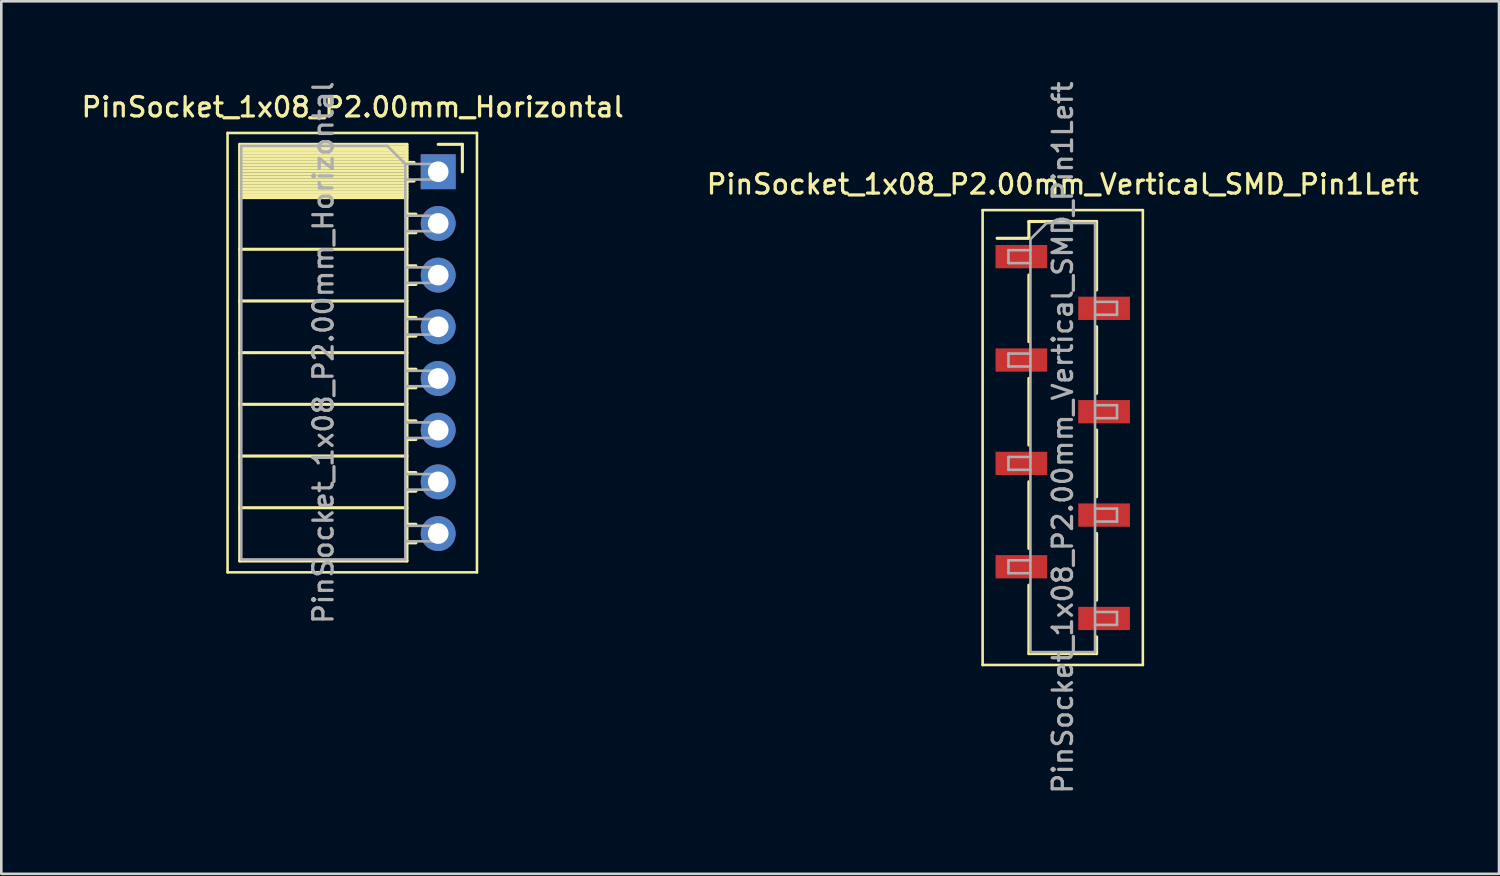
<source format=kicad_pcb>
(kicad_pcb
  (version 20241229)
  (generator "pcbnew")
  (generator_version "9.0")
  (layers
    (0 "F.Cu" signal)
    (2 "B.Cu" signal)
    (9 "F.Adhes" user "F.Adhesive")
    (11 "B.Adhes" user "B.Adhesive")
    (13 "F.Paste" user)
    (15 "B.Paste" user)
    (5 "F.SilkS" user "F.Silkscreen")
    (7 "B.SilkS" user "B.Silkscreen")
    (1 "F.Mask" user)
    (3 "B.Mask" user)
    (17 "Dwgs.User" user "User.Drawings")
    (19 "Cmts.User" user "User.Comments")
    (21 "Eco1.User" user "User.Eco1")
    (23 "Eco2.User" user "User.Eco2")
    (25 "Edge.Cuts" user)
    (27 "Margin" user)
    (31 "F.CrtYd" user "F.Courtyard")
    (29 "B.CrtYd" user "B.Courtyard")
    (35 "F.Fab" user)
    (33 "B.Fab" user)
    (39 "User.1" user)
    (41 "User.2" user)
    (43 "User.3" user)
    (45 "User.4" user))
  (footprint "PinSocket_1x08_P2.00mm_Vertical_SMD_Pin1Left"
    (layer "F.Cu")
    (at 38.07 13.88)
    (property "Reference" "PinSocket_1x08_P2.00mm_Vertical_SMD_Pin1Left" (at 0 -9.8 0) (layer "F.SilkS") (effects (font (size 0.75 0.75) (thickness 0.125))))
    (attr smd)
    (fp_line (start -3.1 -8.8) (end 3.1 -8.8) (stroke (width 0.1) (type solid)) (layer "F.SilkS"))
    (fp_line (start -3.1 8.8) (end -3.1 -8.8) (stroke (width 0.1) (type solid)) (layer "F.SilkS"))
    (fp_line (start -2.54 -7.71) (end -1.31 -7.71) (stroke (width 0.12) (type solid)) (layer "F.SilkS"))
    (fp_line (start -1.31 -8.36) (end -1.31 -7.71) (stroke (width 0.12) (type solid)) (layer "F.SilkS"))
    (fp_line (start -1.31 -8.36) (end 1.31 -8.36) (stroke (width 0.12) (type solid)) (layer "F.SilkS"))
    (fp_line (start -1.31 -6.29) (end -1.31 -3.71) (stroke (width 0.12) (type solid)) (layer "F.SilkS"))
    (fp_line (start -1.31 -2.29) (end -1.31 0.29) (stroke (width 0.12) (type solid)) (layer "F.SilkS"))
    (fp_line (start -1.31 1.71) (end -1.31 4.29) (stroke (width 0.12) (type solid)) (layer "F.SilkS"))
    (fp_line (start -1.31 5.71) (end -1.31 8.36) (stroke (width 0.12) (type solid)) (layer "F.SilkS"))
    (fp_line (start -1.31 8.36) (end 1.31 8.36) (stroke (width 0.12) (type solid)) (layer "F.SilkS"))
    (fp_line (start 1.31 -8.36) (end 1.31 -5.71) (stroke (width 0.12) (type solid)) (layer "F.SilkS"))
    (fp_line (start 1.31 -4.29) (end 1.31 -1.71) (stroke (width 0.12) (type solid)) (layer "F.SilkS"))
    (fp_line (start 1.31 -0.29) (end 1.31 2.29) (stroke (width 0.12) (type solid)) (layer "F.SilkS"))
    (fp_line (start 1.31 3.71) (end 1.31 6.29) (stroke (width 0.12) (type solid)) (layer "F.SilkS"))
    (fp_line (start 1.31 7.71) (end 1.31 8.36) (stroke (width 0.12) (type solid)) (layer "F.SilkS"))
    (fp_line (start 3.1 -8.8) (end 3.1 8.8) (stroke (width 0.1) (type solid)) (layer "F.SilkS"))
    (fp_line (start 3.1 8.8) (end -3.1 8.8) (stroke (width 0.1) (type solid)) (layer "F.SilkS"))
    (fp_line (start -2.1 -7.25) (end -1.25 -7.25) (stroke (width 0.1) (type solid)) (layer "F.Fab"))
    (fp_line (start -2.1 -6.75) (end -2.1 -7.25) (stroke (width 0.1) (type solid)) (layer "F.Fab"))
    (fp_line (start -2.1 -3.25) (end -1.25 -3.25) (stroke (width 0.1) (type solid)) (layer "F.Fab"))
    (fp_line (start -2.1 -2.75) (end -2.1 -3.25) (stroke (width 0.1) (type solid)) (layer "F.Fab"))
    (fp_line (start -2.1 0.75) (end -1.25 0.75) (stroke (width 0.1) (type solid)) (layer "F.Fab"))
    (fp_line (start -2.1 1.25) (end -2.1 0.75) (stroke (width 0.1) (type solid)) (layer "F.Fab"))
    (fp_line (start -2.1 4.75) (end -1.25 4.75) (stroke (width 0.1) (type solid)) (layer "F.Fab"))
    (fp_line (start -2.1 5.25) (end -2.1 4.75) (stroke (width 0.1) (type solid)) (layer "F.Fab"))
    (fp_line (start -1.25 -7.675) (end -0.625 -8.3) (stroke (width 0.1) (type solid)) (layer "F.Fab"))
    (fp_line (start -1.25 -6.75) (end -2.1 -6.75) (stroke (width 0.1) (type solid)) (layer "F.Fab"))
    (fp_line (start -1.25 -2.75) (end -2.1 -2.75) (stroke (width 0.1) (type solid)) (layer "F.Fab"))
    (fp_line (start -1.25 1.25) (end -2.1 1.25) (stroke (width 0.1) (type solid)) (layer "F.Fab"))
    (fp_line (start -1.25 5.25) (end -2.1 5.25) (stroke (width 0.1) (type solid)) (layer "F.Fab"))
    (fp_line (start -1.25 8.3) (end -1.25 -7.675) (stroke (width 0.1) (type solid)) (layer "F.Fab"))
    (fp_line (start -0.625 -8.3) (end 1.25 -8.3) (stroke (width 0.1) (type solid)) (layer "F.Fab"))
    (fp_line (start 1.25 -8.3) (end 1.25 8.3) (stroke (width 0.1) (type solid)) (layer "F.Fab"))
    (fp_line (start 1.25 -5.25) (end 2.1 -5.25) (stroke (width 0.1) (type solid)) (layer "F.Fab"))
    (fp_line (start 1.25 -1.25) (end 2.1 -1.25) (stroke (width 0.1) (type solid)) (layer "F.Fab"))
    (fp_line (start 1.25 2.75) (end 2.1 2.75) (stroke (width 0.1) (type solid)) (layer "F.Fab"))
    (fp_line (start 1.25 6.75) (end 2.1 6.75) (stroke (width 0.1) (type solid)) (layer "F.Fab"))
    (fp_line (start 1.25 8.3) (end -1.25 8.3) (stroke (width 0.1) (type solid)) (layer "F.Fab"))
    (fp_line (start 2.1 -5.25) (end 2.1 -4.75) (stroke (width 0.1) (type solid)) (layer "F.Fab"))
    (fp_line (start 2.1 -4.75) (end 1.25 -4.75) (stroke (width 0.1) (type solid)) (layer "F.Fab"))
    (fp_line (start 2.1 -1.25) (end 2.1 -0.75) (stroke (width 0.1) (type solid)) (layer "F.Fab"))
    (fp_line (start 2.1 -0.75) (end 1.25 -0.75) (stroke (width 0.1) (type solid)) (layer "F.Fab"))
    (fp_line (start 2.1 2.75) (end 2.1 3.25) (stroke (width 0.1) (type solid)) (layer "F.Fab"))
    (fp_line (start 2.1 3.25) (end 1.25 3.25) (stroke (width 0.1) (type solid)) (layer "F.Fab"))
    (fp_line (start 2.1 6.75) (end 2.1 7.25) (stroke (width 0.1) (type solid)) (layer "F.Fab"))
    (fp_line (start 2.1 7.25) (end 1.25 7.25) (stroke (width 0.1) (type solid)) (layer "F.Fab"))
    (fp_text user "${REFERENCE}" (at 0 0 90) (layer "F.Fab") (effects (font (size 0.75 0.75) (thickness 0.125))))
    (pad "1" smd rect (at -1.6 -7) (size 2 0.9) (layers "F.Cu" "F.Mask" "F.Paste"))
    (pad "2" smd rect (at 1.6 -5) (size 2 0.9) (layers "F.Cu" "F.Mask" "F.Paste"))
    (pad "3" smd rect (at -1.6 -3) (size 2 0.9) (layers "F.Cu" "F.Mask" "F.Paste"))
    (pad "4" smd rect (at 1.6 -1) (size 2 0.9) (layers "F.Cu" "F.Mask" "F.Paste"))
    (pad "5" smd rect (at -1.6 1) (size 2 0.9) (layers "F.Cu" "F.Mask" "F.Paste"))
    (pad "6" smd rect (at 1.6 3) (size 2 0.9) (layers "F.Cu" "F.Mask" "F.Paste"))
    (pad "7" smd rect (at -1.6 5) (size 2 0.9) (layers "F.Cu" "F.Mask" "F.Paste"))
    (pad "8" smd rect (at 1.6 7) (size 2 0.9) (layers "F.Cu" "F.Mask" "F.Paste")))
  (footprint "PinSocket_1x08_P2.00mm_Horizontal"
    (layer "F.Cu")
    (at 13.905 3.595)
    (property "Reference" "PinSocket_1x08_P2.00mm_Horizontal" (at -3.31 -2.5 0) (layer "F.SilkS") (effects (font (size 0.75 0.75) (thickness 0.125))))
    (attr through_hole)
    (fp_line (start -8.15 -1.5) (end -8.15 15.5) (stroke (width 0.1) (type solid)) (layer "F.SilkS"))
    (fp_line (start -8.15 15.5) (end 1.5 15.5) (stroke (width 0.1) (type solid)) (layer "F.SilkS"))
    (fp_line (start -7.68 -1.06) (end -7.68 15.06) (stroke (width 0.12) (type solid)) (layer "F.SilkS"))
    (fp_line (start -7.68 -1.06) (end -1.21 -1.06) (stroke (width 0.12) (type solid)) (layer "F.SilkS"))
    (fp_line (start -7.68 -0.94) (end -1.21 -0.94) (stroke (width 0.12) (type solid)) (layer "F.SilkS"))
    (fp_line (start -7.68 -0.826) (end -1.21 -0.826) (stroke (width 0.12) (type solid)) (layer "F.SilkS"))
    (fp_line (start -7.68 -0.712) (end -1.21 -0.712) (stroke (width 0.12) (type solid)) (layer "F.SilkS"))
    (fp_line (start -7.68 -0.598) (end -1.21 -0.598) (stroke (width 0.12) (type solid)) (layer "F.SilkS"))
    (fp_line (start -7.68 -0.484) (end -1.21 -0.484) (stroke (width 0.12) (type solid)) (layer "F.SilkS"))
    (fp_line (start -7.68 -0.369) (end -1.21 -0.369) (stroke (width 0.12) (type solid)) (layer "F.SilkS"))
    (fp_line (start -7.68 -0.255) (end -1.21 -0.255) (stroke (width 0.12) (type solid)) (layer "F.SilkS"))
    (fp_line (start -7.68 -0.141) (end -1.21 -0.141) (stroke (width 0.12) (type solid)) (layer "F.SilkS"))
    (fp_line (start -7.68 -0.027) (end -1.21 -0.027) (stroke (width 0.12) (type solid)) (layer "F.SilkS"))
    (fp_line (start -7.68 0.087) (end -1.21 0.087) (stroke (width 0.12) (type solid)) (layer "F.SilkS"))
    (fp_line (start -7.68 0.201) (end -1.21 0.201) (stroke (width 0.12) (type solid)) (layer "F.SilkS"))
    (fp_line (start -7.68 0.315) (end -1.21 0.315) (stroke (width 0.12) (type solid)) (layer "F.SilkS"))
    (fp_line (start -7.68 0.429) (end -1.21 0.429) (stroke (width 0.12) (type solid)) (layer "F.SilkS"))
    (fp_line (start -7.68 0.544) (end -1.21 0.544) (stroke (width 0.12) (type solid)) (layer "F.SilkS"))
    (fp_line (start -7.68 0.658) (end -1.21 0.658) (stroke (width 0.12) (type solid)) (layer "F.SilkS"))
    (fp_line (start -7.68 0.772) (end -1.21 0.772) (stroke (width 0.12) (type solid)) (layer "F.SilkS"))
    (fp_line (start -7.68 0.886) (end -1.21 0.886) (stroke (width 0.12) (type solid)) (layer "F.SilkS"))
    (fp_line (start -7.68 1) (end -1.21 1) (stroke (width 0.12) (type solid)) (layer "F.SilkS"))
    (fp_line (start -7.68 3) (end -1.21 3) (stroke (width 0.12) (type solid)) (layer "F.SilkS"))
    (fp_line (start -7.68 5) (end -1.21 5) (stroke (width 0.12) (type solid)) (layer "F.SilkS"))
    (fp_line (start -7.68 7) (end -1.21 7) (stroke (width 0.12) (type solid)) (layer "F.SilkS"))
    (fp_line (start -7.68 9) (end -1.21 9) (stroke (width 0.12) (type solid)) (layer "F.SilkS"))
    (fp_line (start -7.68 11) (end -1.21 11) (stroke (width 0.12) (type solid)) (layer "F.SilkS"))
    (fp_line (start -7.68 13) (end -1.21 13) (stroke (width 0.12) (type solid)) (layer "F.SilkS"))
    (fp_line (start -7.68 15.06) (end -1.21 15.06) (stroke (width 0.12) (type solid)) (layer "F.SilkS"))
    (fp_line (start -1.21 -1.06) (end -1.21 15.06) (stroke (width 0.12) (type solid)) (layer "F.SilkS"))
    (fp_line (start -1.21 -0.36) (end -0.935 -0.36) (stroke (width 0.12) (type solid)) (layer "F.SilkS"))
    (fp_line (start -1.21 0.36) (end -0.935 0.36) (stroke (width 0.12) (type solid)) (layer "F.SilkS"))
    (fp_line (start -1.21 1.64) (end -0.863 1.64) (stroke (width 0.12) (type solid)) (layer "F.SilkS"))
    (fp_line (start -1.21 2.36) (end -0.863 2.36) (stroke (width 0.12) (type solid)) (layer "F.SilkS"))
    (fp_line (start -1.21 3.64) (end -0.863 3.64) (stroke (width 0.12) (type solid)) (layer "F.SilkS"))
    (fp_line (start -1.21 4.36) (end -0.863 4.36) (stroke (width 0.12) (type solid)) (layer "F.SilkS"))
    (fp_line (start -1.21 5.64) (end -0.863 5.64) (stroke (width 0.12) (type solid)) (layer "F.SilkS"))
    (fp_line (start -1.21 6.36) (end -0.863 6.36) (stroke (width 0.12) (type solid)) (layer "F.SilkS"))
    (fp_line (start -1.21 7.64) (end -0.863 7.64) (stroke (width 0.12) (type solid)) (layer "F.SilkS"))
    (fp_line (start -1.21 8.36) (end -0.863 8.36) (stroke (width 0.12) (type solid)) (layer "F.SilkS"))
    (fp_line (start -1.21 9.64) (end -0.863 9.64) (stroke (width 0.12) (type solid)) (layer "F.SilkS"))
    (fp_line (start -1.21 10.36) (end -0.863 10.36) (stroke (width 0.12) (type solid)) (layer "F.SilkS"))
    (fp_line (start -1.21 11.64) (end -0.863 11.64) (stroke (width 0.12) (type solid)) (layer "F.SilkS"))
    (fp_line (start -1.21 12.36) (end -0.863 12.36) (stroke (width 0.12) (type solid)) (layer "F.SilkS"))
    (fp_line (start -1.21 13.64) (end -0.863 13.64) (stroke (width 0.12) (type solid)) (layer "F.SilkS"))
    (fp_line (start -1.21 14.36) (end -0.863 14.36) (stroke (width 0.12) (type solid)) (layer "F.SilkS"))
    (fp_line (start 0 -1.06) (end 0.935 -1.06) (stroke (width 0.12) (type solid)) (layer "F.SilkS"))
    (fp_line (start 0.935 -1.06) (end 0.935 0) (stroke (width 0.12) (type solid)) (layer "F.SilkS"))
    (fp_line (start 1.5 -1.5) (end -8.15 -1.5) (stroke (width 0.1) (type solid)) (layer "F.SilkS"))
    (fp_line (start 1.5 15.5) (end 1.5 -1.5) (stroke (width 0.1) (type solid)) (layer "F.SilkS"))
    (fp_line (start -7.62 -1) (end -1.97 -1) (stroke (width 0.1) (type solid)) (layer "F.Fab"))
    (fp_line (start -7.62 15) (end -7.62 -1) (stroke (width 0.1) (type solid)) (layer "F.Fab"))
    (fp_line (start -1.97 -1) (end -1.27 -0.3) (stroke (width 0.1) (type solid)) (layer "F.Fab"))
    (fp_line (start -1.27 -0.3) (end -1.27 15) (stroke (width 0.1) (type solid)) (layer "F.Fab"))
    (fp_line (start -1.27 0.3) (end 0 0.3) (stroke (width 0.1) (type solid)) (layer "F.Fab"))
    (fp_line (start -1.27 2.3) (end 0 2.3) (stroke (width 0.1) (type solid)) (layer "F.Fab"))
    (fp_line (start -1.27 4.3) (end 0 4.3) (stroke (width 0.1) (type solid)) (layer "F.Fab"))
    (fp_line (start -1.27 6.3) (end 0 6.3) (stroke (width 0.1) (type solid)) (layer "F.Fab"))
    (fp_line (start -1.27 8.3) (end 0 8.3) (stroke (width 0.1) (type solid)) (layer "F.Fab"))
    (fp_line (start -1.27 10.3) (end 0 10.3) (stroke (width 0.1) (type solid)) (layer "F.Fab"))
    (fp_line (start -1.27 12.3) (end 0 12.3) (stroke (width 0.1) (type solid)) (layer "F.Fab"))
    (fp_line (start -1.27 14.3) (end 0 14.3) (stroke (width 0.1) (type solid)) (layer "F.Fab"))
    (fp_line (start -1.27 15) (end -7.62 15) (stroke (width 0.1) (type solid)) (layer "F.Fab"))
    (fp_line (start 0 -0.3) (end -1.27 -0.3) (stroke (width 0.1) (type solid)) (layer "F.Fab"))
    (fp_line (start 0 0.3) (end 0 -0.3) (stroke (width 0.1) (type solid)) (layer "F.Fab"))
    (fp_line (start 0 1.7) (end -1.27 1.7) (stroke (width 0.1) (type solid)) (layer "F.Fab"))
    (fp_line (start 0 2.3) (end 0 1.7) (stroke (width 0.1) (type solid)) (layer "F.Fab"))
    (fp_line (start 0 3.7) (end -1.27 3.7) (stroke (width 0.1) (type solid)) (layer "F.Fab"))
    (fp_line (start 0 4.3) (end 0 3.7) (stroke (width 0.1) (type solid)) (layer "F.Fab"))
    (fp_line (start 0 5.7) (end -1.27 5.7) (stroke (width 0.1) (type solid)) (layer "F.Fab"))
    (fp_line (start 0 6.3) (end 0 5.7) (stroke (width 0.1) (type solid)) (layer "F.Fab"))
    (fp_line (start 0 7.7) (end -1.27 7.7) (stroke (width 0.1) (type solid)) (layer "F.Fab"))
    (fp_line (start 0 8.3) (end 0 7.7) (stroke (width 0.1) (type solid)) (layer "F.Fab"))
    (fp_line (start 0 9.7) (end -1.27 9.7) (stroke (width 0.1) (type solid)) (layer "F.Fab"))
    (fp_line (start 0 10.3) (end 0 9.7) (stroke (width 0.1) (type solid)) (layer "F.Fab"))
    (fp_line (start 0 11.7) (end -1.27 11.7) (stroke (width 0.1) (type solid)) (layer "F.Fab"))
    (fp_line (start 0 12.3) (end 0 11.7) (stroke (width 0.1) (type solid)) (layer "F.Fab"))
    (fp_line (start 0 13.7) (end -1.27 13.7) (stroke (width 0.1) (type solid)) (layer "F.Fab"))
    (fp_line (start 0 14.3) (end 0 13.7) (stroke (width 0.1) (type solid)) (layer "F.Fab"))
    (fp_text user "${REFERENCE}" (at -4.445 7 90) (layer "F.Fab") (effects (font (size 0.75 0.75) (thickness 0.125))))
    (pad "1" thru_hole rect (at 0 0) (size 1.35 1.35) (drill 0.8) (layers "*.Cu" "*.Mask"))
    (pad "2" thru_hole oval (at 0 2) (size 1.35 1.35) (drill 0.8) (layers "*.Cu" "*.Mask"))
    (pad "3" thru_hole oval (at 0 4) (size 1.35 1.35) (drill 0.8) (layers "*.Cu" "*.Mask"))
    (pad "4" thru_hole oval (at 0 6) (size 1.35 1.35) (drill 0.8) (layers "*.Cu" "*.Mask"))
    (pad "5" thru_hole oval (at 0 8) (size 1.35 1.35) (drill 0.8) (layers "*.Cu" "*.Mask"))
    (pad "6" thru_hole oval (at 0 10) (size 1.35 1.35) (drill 0.8) (layers "*.Cu" "*.Mask"))
    (pad "7" thru_hole oval (at 0 12) (size 1.35 1.35) (drill 0.8) (layers "*.Cu" "*.Mask"))
    (pad "8" thru_hole oval (at 0 14) (size 1.35 1.35) (drill 0.8) (layers "*.Cu" "*.Mask")))
  (gr_rect
    (start -3 -3)
    (end 54.95 30.761)
    (stroke (width 0.1) (type default))
    (fill no)
    (layer "Edge.Cuts")))
</source>
